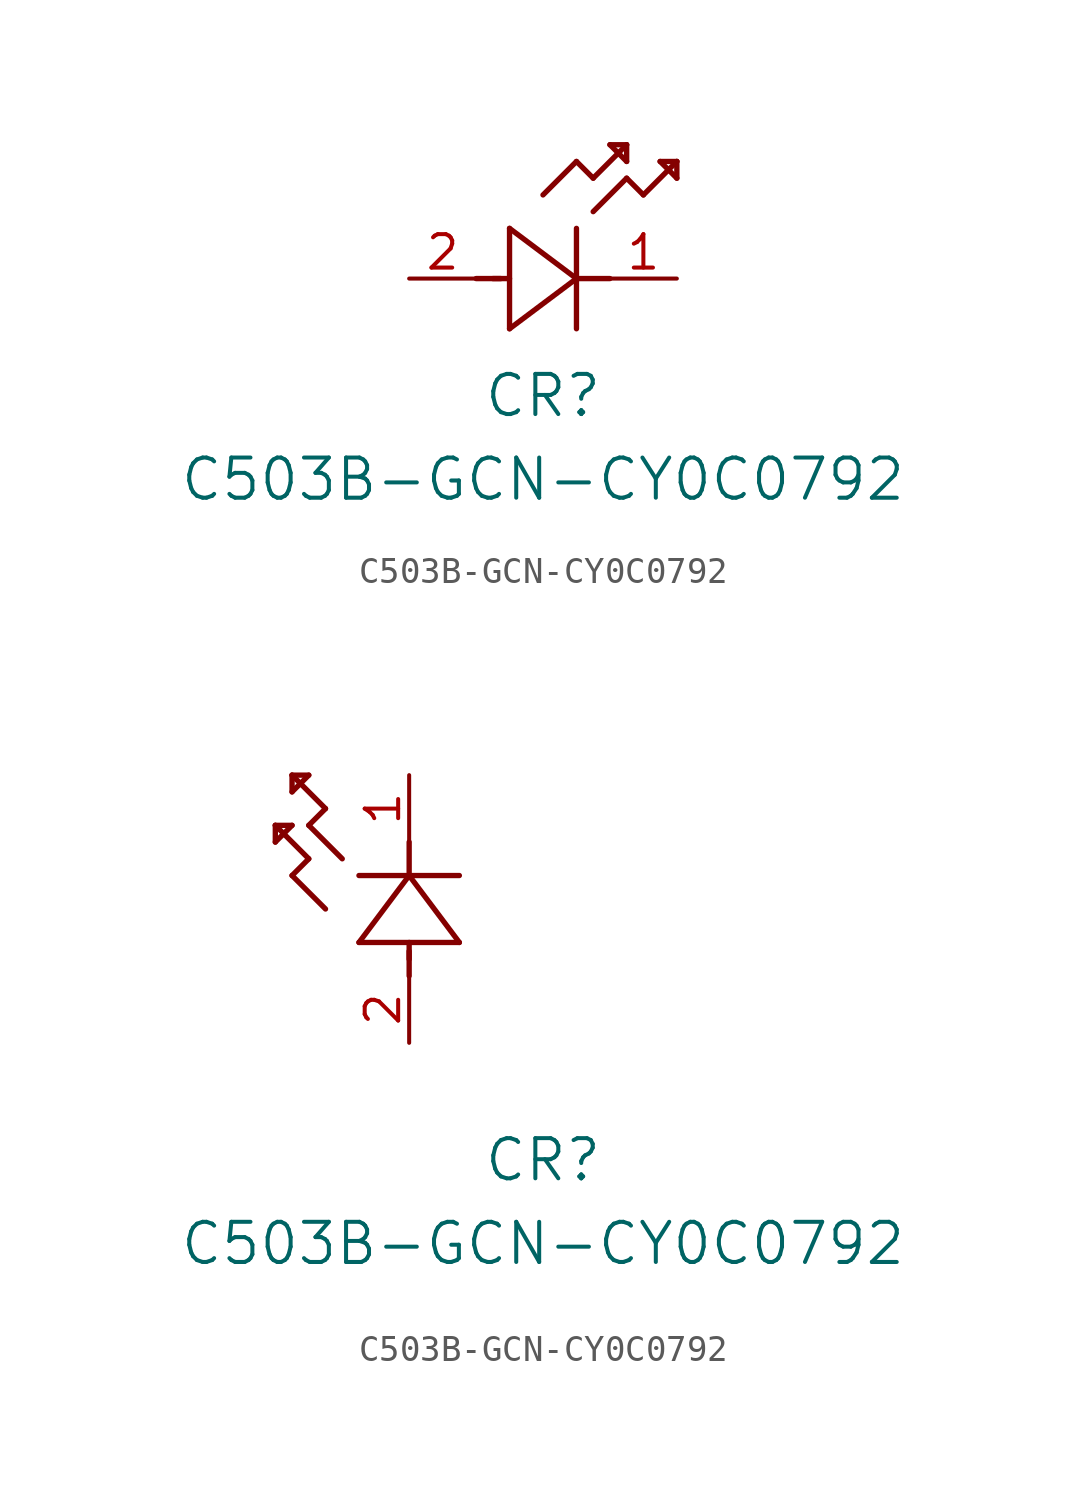
<source format=kicad_sym>
(kicad_symbol_lib
  (version 20220914)
  (generator kicad_symbol_editor)
  (symbol "C503B-GCN-CY0C0792"
    (pin_names
      (offset 0.254))
    (property "Reference" "CR"
      (at 5.08 -4.445 0)
      (effects (font (size 1.524 1.524))))
    (property "Value" "C503B-GCN-CY0C0792"
      (at 5.08 -7.62 0)
      (effects (font (size 1.524 1.524))))
    (symbol "C503B-GCN-CY0C0792_1_1"
      (polyline (pts (xy 2.54 0) (xy 3.48 0)) (stroke (width 0.203) (type default)) (fill (type none)))
      (polyline (pts (xy 3.175 0) (xy 3.81 0)) (stroke (width 0.203) (type default)) (fill (type none)))
      (polyline (pts (xy 3.81 -1.905) (xy 6.35 0)) (stroke (width 0.203) (type default)) (fill (type none)))
      (polyline (pts (xy 3.81 1.905) (xy 3.81 -1.905)) (stroke (width 0.203) (type default)) (fill (type none)))
      (polyline (pts (xy 5.08 3.175) (xy 6.35 4.445)) (stroke (width 0.203) (type default)) (fill (type none)))
      (polyline (pts (xy 6.35 -1.905) (xy 6.35 1.905)) (stroke (width 0.203) (type default)) (fill (type none)))
      (polyline (pts (xy 6.35 0) (xy 3.81 1.905)) (stroke (width 0.203) (type default)) (fill (type none)))
      (polyline (pts (xy 6.35 0) (xy 7.62 0)) (stroke (width 0.203) (type default)) (fill (type none)))
      (polyline (pts (xy 6.35 4.445) (xy 6.985 3.81)) (stroke (width 0.203) (type default)) (fill (type none)))
      (polyline (pts (xy 6.985 2.54) (xy 8.255 3.81)) (stroke (width 0.203) (type default)) (fill (type none)))
      (polyline (pts (xy 6.985 3.81) (xy 8.255 5.08)) (stroke (width 0.203) (type default)) (fill (type none)))
      (polyline (pts (xy 7.62 5.08) (xy 8.255 4.445)) (stroke (width 0.203) (type default)) (fill (type none)))
      (polyline (pts (xy 8.255 3.81) (xy 8.89 3.175)) (stroke (width 0.203) (type default)) (fill (type none)))
      (polyline (pts (xy 8.255 4.445) (xy 8.255 5.08)) (stroke (width 0.203) (type default)) (fill (type none)))
      (polyline (pts (xy 8.255 5.08) (xy 7.62 5.08)) (stroke (width 0.203) (type default)) (fill (type none)))
      (polyline (pts (xy 8.89 3.175) (xy 10.16 4.445)) (stroke (width 0.203) (type default)) (fill (type none)))
      (polyline (pts (xy 9.525 4.445) (xy 10.16 3.81)) (stroke (width 0.203) (type default)) (fill (type none)))
      (polyline (pts (xy 10.16 3.81) (xy 10.16 4.445)) (stroke (width 0.203) (type default)) (fill (type none)))
      (polyline (pts (xy 10.16 4.445) (xy 9.525 4.445)) (stroke (width 0.203) (type default)) (fill (type none)))
      (pin unspecified line (at 10.16 0 180) (length 2.54) (name "" (effects (font (size 1.27 1.27)))) (number "1" (effects (font (size 1.27 1.27)))))
      (pin unspecified line (at 0 0 0) (length 2.54) (name "" (effects (font (size 1.27 1.27)))) (number "2" (effects (font (size 1.27 1.27))))))
    (symbol "C503B-GCN-CY0C0792_1_2"
      (polyline (pts (xy -5.08 7.62) (xy -4.445 8.255)) (stroke (width 0.203) (type default)) (fill (type none)))
      (polyline (pts (xy -5.08 8.255) (xy -5.08 7.62)) (stroke (width 0.203) (type default)) (fill (type none)))
      (polyline (pts (xy -4.445 6.35) (xy -3.81 6.985)) (stroke (width 0.203) (type default)) (fill (type none)))
      (polyline (pts (xy -4.445 8.255) (xy -5.08 8.255)) (stroke (width 0.203) (type default)) (fill (type none)))
      (polyline (pts (xy -4.445 9.525) (xy -3.81 10.16)) (stroke (width 0.203) (type default)) (fill (type none)))
      (polyline (pts (xy -4.445 10.16) (xy -4.445 9.525)) (stroke (width 0.203) (type default)) (fill (type none)))
      (polyline (pts (xy -3.81 6.985) (xy -5.08 8.255)) (stroke (width 0.203) (type default)) (fill (type none)))
      (polyline (pts (xy -3.81 8.255) (xy -3.175 8.89)) (stroke (width 0.203) (type default)) (fill (type none)))
      (polyline (pts (xy -3.81 10.16) (xy -4.445 10.16)) (stroke (width 0.203) (type default)) (fill (type none)))
      (polyline (pts (xy -3.175 5.08) (xy -4.445 6.35)) (stroke (width 0.203) (type default)) (fill (type none)))
      (polyline (pts (xy -3.175 8.89) (xy -4.445 10.16)) (stroke (width 0.203) (type default)) (fill (type none)))
      (polyline (pts (xy -2.54 6.985) (xy -3.81 8.255)) (stroke (width 0.203) (type default)) (fill (type none)))
      (polyline (pts (xy -1.905 3.81) (xy 1.905 3.81)) (stroke (width 0.203) (type default)) (fill (type none)))
      (polyline (pts (xy 0 2.54) (xy 0 3.48)) (stroke (width 0.203) (type default)) (fill (type none)))
      (polyline (pts (xy 0 3.175) (xy 0 3.81)) (stroke (width 0.203) (type default)) (fill (type none)))
      (polyline (pts (xy 0 6.35) (xy -1.905 3.81)) (stroke (width 0.203) (type default)) (fill (type none)))
      (polyline (pts (xy 0 6.35) (xy 0 7.62)) (stroke (width 0.203) (type default)) (fill (type none)))
      (polyline (pts (xy 1.905 3.81) (xy 0 6.35)) (stroke (width 0.203) (type default)) (fill (type none)))
      (polyline (pts (xy 1.905 6.35) (xy -1.905 6.35)) (stroke (width 0.203) (type default)) (fill (type none)))
      (pin unspecified line (at 0 10.16 270) (length 2.54) (name "" (effects (font (size 1.27 1.27)))) (number "1" (effects (font (size 1.27 1.27)))))
      (pin unspecified line (at 0 0 90) (length 2.54) (name "" (effects (font (size 1.27 1.27)))) (number "2" (effects (font (size 1.27 1.27))))))))
</source>
